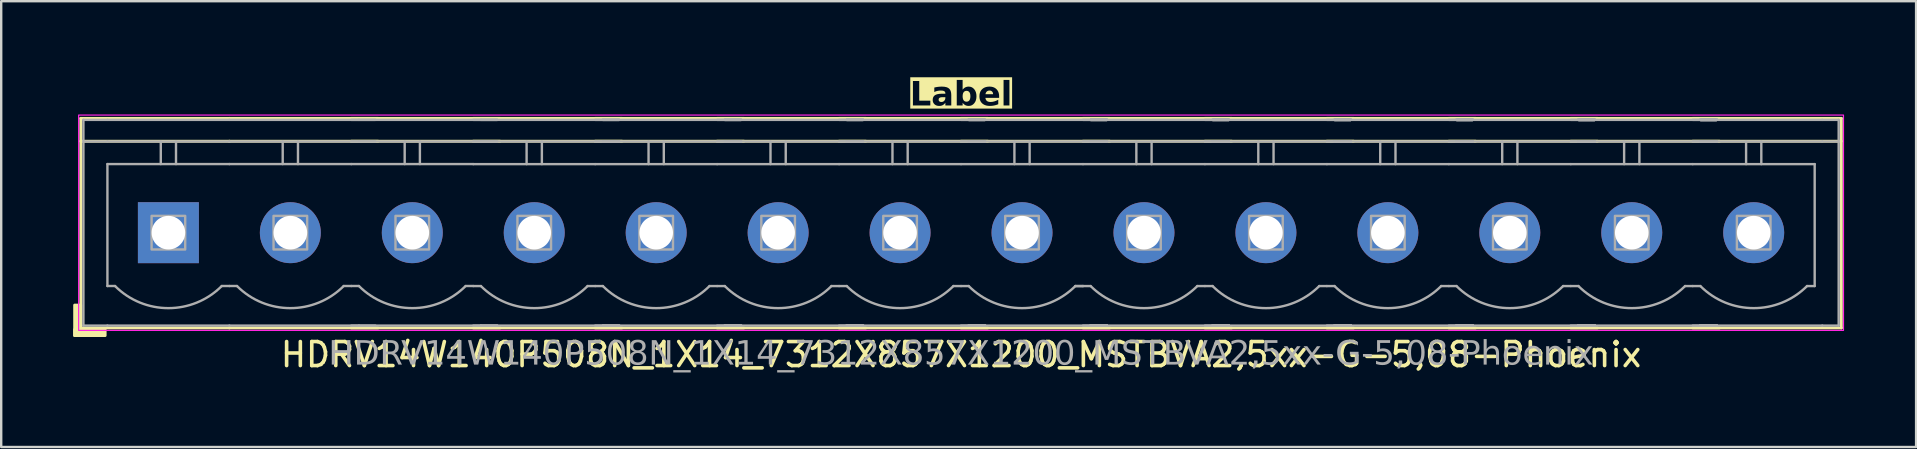
<source format=kicad_pcb>
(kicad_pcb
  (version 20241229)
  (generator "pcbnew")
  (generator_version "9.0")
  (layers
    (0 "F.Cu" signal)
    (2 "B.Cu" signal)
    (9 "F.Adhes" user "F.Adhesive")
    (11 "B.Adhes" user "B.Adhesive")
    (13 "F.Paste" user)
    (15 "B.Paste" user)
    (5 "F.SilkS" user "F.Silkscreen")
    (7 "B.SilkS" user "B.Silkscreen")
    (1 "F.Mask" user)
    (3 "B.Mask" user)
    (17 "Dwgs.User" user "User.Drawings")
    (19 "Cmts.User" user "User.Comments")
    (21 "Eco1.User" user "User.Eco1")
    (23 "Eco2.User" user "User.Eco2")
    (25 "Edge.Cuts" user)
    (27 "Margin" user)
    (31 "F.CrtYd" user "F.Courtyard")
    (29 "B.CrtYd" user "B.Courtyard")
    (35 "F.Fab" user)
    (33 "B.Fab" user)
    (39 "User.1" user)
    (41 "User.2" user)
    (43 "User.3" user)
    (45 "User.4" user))
  (footprint "HDRV14W140P508N_1X14_7312X857X1200_MSTBVA2,5xx-G-5,08-Phoenix"
    (layer "F.Cu")
    (at 36.985 6.643)
    (property "Reference" "HDRV14W140P508N_1X14_7312X857X1200_MSTBVA2,5xx-G-5,08-Phoenix" (at 0 5.08 0) (layer "F.SilkS") (effects (font (size 1 1) (thickness 0.15))))
    (property "Label" "Label" (at 0 -5.715 0) (layer "F.SilkS" knockout) (effects (font (face "Tahoma") (size 1 1) (thickness 0.2) (bold yes))))
    (attr through_hole)
    (fp_line (start -36.671 -4.763) (end -36.671 3.969) (stroke (width 0.12) (type solid)) (layer "F.SilkS"))
    (fp_line (start -36.671 -4.763) (end -30.48 -4.763) (stroke (width 0.12) (type solid)) (layer "F.SilkS"))
    (fp_line (start -36.671 -3.81) (end -30.48 -3.81) (stroke (width 0.12) (type solid)) (layer "F.SilkS"))
    (fp_line (start -36.671 3.969) (end -30.48 3.969) (stroke (width 0.12) (type solid)) (layer "F.SilkS"))
    (fp_line (start -24.289 -4.763) (end -30.48 -4.763) (stroke (width 0.12) (type solid)) (layer "F.SilkS"))
    (fp_line (start -24.289 -3.81) (end -30.48 -3.81) (stroke (width 0.12) (type solid)) (layer "F.SilkS"))
    (fp_line (start -24.289 3.969) (end -30.48 3.969) (stroke (width 0.12) (type solid)) (layer "F.SilkS"))
    (fp_line (start -19.209 -4.763) (end -25.4 -4.763) (stroke (width 0.12) (type solid)) (layer "F.SilkS"))
    (fp_line (start -19.209 -3.81) (end -25.4 -3.81) (stroke (width 0.12) (type solid)) (layer "F.SilkS"))
    (fp_line (start -19.209 3.969) (end -25.4 3.969) (stroke (width 0.12) (type solid)) (layer "F.SilkS"))
    (fp_line (start -14.129 -4.763) (end -20.32 -4.763) (stroke (width 0.12) (type solid)) (layer "F.SilkS"))
    (fp_line (start -14.129 -3.81) (end -20.32 -3.81) (stroke (width 0.12) (type solid)) (layer "F.SilkS"))
    (fp_line (start -14.129 3.969) (end -20.32 3.969) (stroke (width 0.12) (type solid)) (layer "F.SilkS"))
    (fp_line (start -9.049 -4.763) (end -15.24 -4.763) (stroke (width 0.12) (type solid)) (layer "F.SilkS"))
    (fp_line (start -9.049 -3.81) (end -15.24 -3.81) (stroke (width 0.12) (type solid)) (layer "F.SilkS"))
    (fp_line (start -9.049 3.969) (end -15.24 3.969) (stroke (width 0.12) (type solid)) (layer "F.SilkS"))
    (fp_line (start -3.969 -4.763) (end -10.16 -4.763) (stroke (width 0.12) (type solid)) (layer "F.SilkS"))
    (fp_line (start -3.969 -3.81) (end -10.16 -3.81) (stroke (width 0.12) (type solid)) (layer "F.SilkS"))
    (fp_line (start -3.969 3.969) (end -10.16 3.969) (stroke (width 0.12) (type solid)) (layer "F.SilkS"))
    (fp_line (start 1.111 -4.763) (end -5.08 -4.763) (stroke (width 0.12) (type solid)) (layer "F.SilkS"))
    (fp_line (start 1.111 -3.81) (end -5.08 -3.81) (stroke (width 0.12) (type solid)) (layer "F.SilkS"))
    (fp_line (start 1.111 3.969) (end -5.08 3.969) (stroke (width 0.12) (type solid)) (layer "F.SilkS"))
    (fp_line (start 6.191 -4.763) (end 0 -4.763) (stroke (width 0.12) (type solid)) (layer "F.SilkS"))
    (fp_line (start 6.191 -3.81) (end 0 -3.81) (stroke (width 0.12) (type solid)) (layer "F.SilkS"))
    (fp_line (start 6.191 3.969) (end 0 3.969) (stroke (width 0.12) (type solid)) (layer "F.SilkS"))
    (fp_line (start 11.271 -4.763) (end 5.08 -4.763) (stroke (width 0.12) (type solid)) (layer "F.SilkS"))
    (fp_line (start 11.271 -3.81) (end 5.08 -3.81) (stroke (width 0.12) (type solid)) (layer "F.SilkS"))
    (fp_line (start 11.271 3.969) (end 5.08 3.969) (stroke (width 0.12) (type solid)) (layer "F.SilkS"))
    (fp_line (start 16.351 -4.763) (end 10.16 -4.763) (stroke (width 0.12) (type solid)) (layer "F.SilkS"))
    (fp_line (start 16.351 -3.81) (end 10.16 -3.81) (stroke (width 0.12) (type solid)) (layer "F.SilkS"))
    (fp_line (start 16.351 3.969) (end 10.16 3.969) (stroke (width 0.12) (type solid)) (layer "F.SilkS"))
    (fp_line (start 21.431 -4.763) (end 15.24 -4.763) (stroke (width 0.12) (type solid)) (layer "F.SilkS"))
    (fp_line (start 21.431 -3.81) (end 15.24 -3.81) (stroke (width 0.12) (type solid)) (layer "F.SilkS"))
    (fp_line (start 21.431 3.969) (end 15.24 3.969) (stroke (width 0.12) (type solid)) (layer "F.SilkS"))
    (fp_line (start 26.511 -4.763) (end 20.32 -4.763) (stroke (width 0.12) (type solid)) (layer "F.SilkS"))
    (fp_line (start 26.511 -3.81) (end 20.32 -3.81) (stroke (width 0.12) (type solid)) (layer "F.SilkS"))
    (fp_line (start 26.511 3.969) (end 20.32 3.969) (stroke (width 0.12) (type solid)) (layer "F.SilkS"))
    (fp_line (start 31.591 -4.763) (end 25.4 -4.763) (stroke (width 0.12) (type solid)) (layer "F.SilkS"))
    (fp_line (start 31.591 -3.81) (end 25.4 -3.81) (stroke (width 0.12) (type solid)) (layer "F.SilkS"))
    (fp_line (start 31.591 3.969) (end 25.4 3.969) (stroke (width 0.12) (type solid)) (layer "F.SilkS"))
    (fp_line (start 36.671 -4.763) (end 30.48 -4.763) (stroke (width 0.12) (type solid)) (layer "F.SilkS"))
    (fp_line (start 36.671 -4.763) (end 36.671 3.969) (stroke (width 0.12) (type solid)) (layer "F.SilkS"))
    (fp_line (start 36.671 -3.81) (end 30.48 -3.81) (stroke (width 0.12) (type solid)) (layer "F.SilkS"))
    (fp_line (start 36.671 3.969) (end 30.48 3.969) (stroke (width 0.12) (type solid)) (layer "F.SilkS"))
    (fp_rect (start -36.671 3.016) (end -36.925 4.286) (stroke (width 0.12) (type solid)) (fill yes) (layer "F.SilkS"))
    (fp_rect (start -35.655 4.286) (end -36.925 4.032) (stroke (width 0.12) (type solid)) (fill yes) (layer "F.SilkS"))
    (fp_rect (start -36.76 -4.9) (end 36.76 4.07) (stroke (width 0.05) (type default)) (fill no) (layer "F.CrtYd"))
    (fp_line (start -36.56 -4.7) (end -36.56 3.87) (stroke (width 0.1) (type solid)) (layer "F.Fab"))
    (fp_line (start -36.56 -3.8) (end -35.56 -3.8) (stroke (width 0.1) (type solid)) (layer "F.Fab"))
    (fp_line (start -35.56 -4.7) (end -36.56 -4.7) (stroke (width 0.1) (type solid)) (layer "F.Fab"))
    (fp_line (start -35.56 -4.7) (end -30.48 -4.7) (stroke (width 0.1) (type solid)) (layer "F.Fab"))
    (fp_line (start -35.56 -2.858) (end -30.48 -2.858) (stroke (width 0.1) (type default)) (layer "F.Fab"))
    (fp_line (start -35.56 2.222) (end -35.56 -2.858) (stroke (width 0.1) (type default)) (layer "F.Fab"))
    (fp_line (start -35.56 3.87) (end -36.56 3.87) (stroke (width 0.1) (type solid)) (layer "F.Fab"))
    (fp_line (start -35.56 3.87) (end -30.48 3.87) (stroke (width 0.1) (type solid)) (layer "F.Fab"))
    (fp_line (start -35.242 2.222) (end -35.56 2.222) (stroke (width 0.1) (type default)) (layer "F.Fab"))
    (fp_line (start -33.337 -3.8) (end -33.337 -2.858) (stroke (width 0.1) (type default)) (layer "F.Fab"))
    (fp_line (start -32.703 -3.8) (end -32.703 -2.858) (stroke (width 0.1) (type default)) (layer "F.Fab"))
    (fp_line (start -30.48 -4.7) (end -25.082 -4.7) (stroke (width 0.1) (type solid)) (layer "F.Fab"))
    (fp_line (start -30.48 -3.8) (end -35.56 -3.8) (stroke (width 0.1) (type solid)) (layer "F.Fab"))
    (fp_line (start -30.48 -2.858) (end -25.4 -2.858) (stroke (width 0.1) (type default)) (layer "F.Fab"))
    (fp_line (start -30.48 2.222) (end -30.797 2.222) (stroke (width 0.1) (type default)) (layer "F.Fab"))
    (fp_line (start -30.48 3.87) (end -25.082 3.87) (stroke (width 0.1) (type solid)) (layer "F.Fab"))
    (fp_line (start -30.163 2.222) (end -30.48 2.222) (stroke (width 0.1) (type default)) (layer "F.Fab"))
    (fp_line (start -28.258 -3.8) (end -28.258 -2.858) (stroke (width 0.1) (type default)) (layer "F.Fab"))
    (fp_line (start -27.622 -3.8) (end -27.622 -2.858) (stroke (width 0.1) (type default)) (layer "F.Fab"))
    (fp_line (start -25.4 -4.7) (end -20.003 -4.7) (stroke (width 0.1) (type solid)) (layer "F.Fab"))
    (fp_line (start -25.4 -2.858) (end -20.32 -2.858) (stroke (width 0.1) (type default)) (layer "F.Fab"))
    (fp_line (start -25.4 2.222) (end -25.718 2.222) (stroke (width 0.1) (type default)) (layer "F.Fab"))
    (fp_line (start -25.4 3.87) (end -20.003 3.87) (stroke (width 0.1) (type solid)) (layer "F.Fab"))
    (fp_line (start -25.082 -4.7) (end -24.4 -4.7) (stroke (width 0.1) (type solid)) (layer "F.Fab"))
    (fp_line (start -25.082 -3.8) (end -30.48 -3.8) (stroke (width 0.1) (type solid)) (layer "F.Fab"))
    (fp_line (start -25.082 2.222) (end -25.4 2.222) (stroke (width 0.1) (type default)) (layer "F.Fab"))
    (fp_line (start -25.082 3.87) (end -24.4 3.87) (stroke (width 0.1) (type solid)) (layer "F.Fab"))
    (fp_line (start -24.4 -3.8) (end -25.082 -3.8) (stroke (width 0.1) (type solid)) (layer "F.Fab"))
    (fp_line (start -23.177 -3.8) (end -23.177 -2.858) (stroke (width 0.1) (type default)) (layer "F.Fab"))
    (fp_line (start -22.543 -3.8) (end -22.543 -2.858) (stroke (width 0.1) (type default)) (layer "F.Fab"))
    (fp_line (start -20.32 -4.7) (end -14.922 -4.7) (stroke (width 0.1) (type solid)) (layer "F.Fab"))
    (fp_line (start -20.32 -2.857) (end -15.24 -2.857) (stroke (width 0.1) (type default)) (layer "F.Fab"))
    (fp_line (start -20.32 2.222) (end -20.637 2.222) (stroke (width 0.1) (type default)) (layer "F.Fab"))
    (fp_line (start -20.32 3.87) (end -14.922 3.87) (stroke (width 0.1) (type solid)) (layer "F.Fab"))
    (fp_line (start -20.003 -4.7) (end -19.32 -4.7) (stroke (width 0.1) (type solid)) (layer "F.Fab"))
    (fp_line (start -20.003 -4.7) (end -19.32 -4.7) (stroke (width 0.1) (type solid)) (layer "F.Fab"))
    (fp_line (start -20.003 -3.8) (end -25.4 -3.8) (stroke (width 0.1) (type solid)) (layer "F.Fab"))
    (fp_line (start -20.003 2.223) (end -20.32 2.223) (stroke (width 0.1) (type default)) (layer "F.Fab"))
    (fp_line (start -20.003 3.87) (end -19.32 3.87) (stroke (width 0.1) (type solid)) (layer "F.Fab"))
    (fp_line (start -20.003 3.87) (end -19.32 3.87) (stroke (width 0.1) (type solid)) (layer "F.Fab"))
    (fp_line (start -19.32 -3.8) (end -20.003 -3.8) (stroke (width 0.1) (type solid)) (layer "F.Fab"))
    (fp_line (start -19.32 -3.8) (end -20.003 -3.8) (stroke (width 0.1) (type solid)) (layer "F.Fab"))
    (fp_line (start -18.098 -3.8) (end -18.098 -2.857) (stroke (width 0.1) (type default)) (layer "F.Fab"))
    (fp_line (start -17.462 -3.8) (end -17.462 -2.857) (stroke (width 0.1) (type default)) (layer "F.Fab"))
    (fp_line (start -15.24 -4.7) (end -9.842 -4.7) (stroke (width 0.1) (type solid)) (layer "F.Fab"))
    (fp_line (start -15.24 -2.857) (end -10.16 -2.857) (stroke (width 0.1) (type default)) (layer "F.Fab"))
    (fp_line (start -15.24 2.223) (end -15.557 2.223) (stroke (width 0.1) (type default)) (layer "F.Fab"))
    (fp_line (start -15.24 3.87) (end -9.842 3.87) (stroke (width 0.1) (type solid)) (layer "F.Fab"))
    (fp_line (start -14.922 -4.7) (end -14.24 -4.7) (stroke (width 0.1) (type solid)) (layer "F.Fab"))
    (fp_line (start -14.922 -4.7) (end -14.24 -4.7) (stroke (width 0.1) (type solid)) (layer "F.Fab"))
    (fp_line (start -14.922 -4.7) (end -14.24 -4.7) (stroke (width 0.1) (type solid)) (layer "F.Fab"))
    (fp_line (start -14.922 -3.8) (end -20.32 -3.8) (stroke (width 0.1) (type solid)) (layer "F.Fab"))
    (fp_line (start -14.922 2.223) (end -15.24 2.223) (stroke (width 0.1) (type default)) (layer "F.Fab"))
    (fp_line (start -14.922 3.87) (end -14.24 3.87) (stroke (width 0.1) (type solid)) (layer "F.Fab"))
    (fp_line (start -14.922 3.87) (end -14.24 3.87) (stroke (width 0.1) (type solid)) (layer "F.Fab"))
    (fp_line (start -14.922 3.87) (end -14.24 3.87) (stroke (width 0.1) (type solid)) (layer "F.Fab"))
    (fp_line (start -14.24 -3.8) (end -14.922 -3.8) (stroke (width 0.1) (type solid)) (layer "F.Fab"))
    (fp_line (start -14.24 -3.8) (end -14.922 -3.8) (stroke (width 0.1) (type solid)) (layer "F.Fab"))
    (fp_line (start -14.24 -3.8) (end -14.922 -3.8) (stroke (width 0.1) (type solid)) (layer "F.Fab"))
    (fp_line (start -13.018 -3.8) (end -13.018 -2.857) (stroke (width 0.1) (type default)) (layer "F.Fab"))
    (fp_line (start -12.383 -3.8) (end -12.383 -2.857) (stroke (width 0.1) (type default)) (layer "F.Fab"))
    (fp_line (start -10.16 -4.7) (end -4.763 -4.7) (stroke (width 0.1) (type solid)) (layer "F.Fab"))
    (fp_line (start -10.16 -2.857) (end -5.08 -2.857) (stroke (width 0.1) (type default)) (layer "F.Fab"))
    (fp_line (start -10.16 2.223) (end -10.477 2.223) (stroke (width 0.1) (type default)) (layer "F.Fab"))
    (fp_line (start -10.16 3.87) (end -4.763 3.87) (stroke (width 0.1) (type solid)) (layer "F.Fab"))
    (fp_line (start -9.842 -4.7) (end -9.16 -4.7) (stroke (width 0.1) (type solid)) (layer "F.Fab"))
    (fp_line (start -9.842 -4.7) (end -9.16 -4.7) (stroke (width 0.1) (type solid)) (layer "F.Fab"))
    (fp_line (start -9.842 -4.7) (end -9.16 -4.7) (stroke (width 0.1) (type solid)) (layer "F.Fab"))
    (fp_line (start -9.842 -4.7) (end -9.16 -4.7) (stroke (width 0.1) (type solid)) (layer "F.Fab"))
    (fp_line (start -9.842 -3.8) (end -15.24 -3.8) (stroke (width 0.1) (type solid)) (layer "F.Fab"))
    (fp_line (start -9.842 2.223) (end -10.16 2.223) (stroke (width 0.1) (type default)) (layer "F.Fab"))
    (fp_line (start -9.842 3.87) (end -9.16 3.87) (stroke (width 0.1) (type solid)) (layer "F.Fab"))
    (fp_line (start -9.842 3.87) (end -9.16 3.87) (stroke (width 0.1) (type solid)) (layer "F.Fab"))
    (fp_line (start -9.842 3.87) (end -9.16 3.87) (stroke (width 0.1) (type solid)) (layer "F.Fab"))
    (fp_line (start -9.842 3.87) (end -9.16 3.87) (stroke (width 0.1) (type solid)) (layer "F.Fab"))
    (fp_line (start -9.16 -3.8) (end -9.842 -3.8) (stroke (width 0.1) (type solid)) (layer "F.Fab"))
    (fp_line (start -9.16 -3.8) (end -9.842 -3.8) (stroke (width 0.1) (type solid)) (layer "F.Fab"))
    (fp_line (start -9.16 -3.8) (end -9.842 -3.8) (stroke (width 0.1) (type solid)) (layer "F.Fab"))
    (fp_line (start -9.16 -3.8) (end -9.842 -3.8) (stroke (width 0.1) (type solid)) (layer "F.Fab"))
    (fp_line (start -7.938 -3.8) (end -7.938 -2.857) (stroke (width 0.1) (type default)) (layer "F.Fab"))
    (fp_line (start -7.303 -3.8) (end -7.303 -2.857) (stroke (width 0.1) (type default)) (layer "F.Fab"))
    (fp_line (start -5.08 -4.7) (end 0.318 -4.7) (stroke (width 0.1) (type solid)) (layer "F.Fab"))
    (fp_line (start -5.08 -2.857) (end 0 -2.857) (stroke (width 0.1) (type default)) (layer "F.Fab"))
    (fp_line (start -5.08 2.223) (end -5.397 2.223) (stroke (width 0.1) (type default)) (layer "F.Fab"))
    (fp_line (start -5.08 3.87) (end 0.318 3.87) (stroke (width 0.1) (type solid)) (layer "F.Fab"))
    (fp_line (start -4.763 -4.7) (end -4.08 -4.7) (stroke (width 0.1) (type solid)) (layer "F.Fab"))
    (fp_line (start -4.763 -4.7) (end -4.08 -4.7) (stroke (width 0.1) (type solid)) (layer "F.Fab"))
    (fp_line (start -4.763 -4.7) (end -4.08 -4.7) (stroke (width 0.1) (type solid)) (layer "F.Fab"))
    (fp_line (start -4.763 -4.7) (end -4.08 -4.7) (stroke (width 0.1) (type solid)) (layer "F.Fab"))
    (fp_line (start -4.763 -4.7) (end -4.08 -4.7) (stroke (width 0.1) (type solid)) (layer "F.Fab"))
    (fp_line (start -4.763 -3.8) (end -10.16 -3.8) (stroke (width 0.1) (type solid)) (layer "F.Fab"))
    (fp_line (start -4.763 2.223) (end -5.08 2.223) (stroke (width 0.1) (type default)) (layer "F.Fab"))
    (fp_line (start -4.763 3.87) (end -4.08 3.87) (stroke (width 0.1) (type solid)) (layer "F.Fab"))
    (fp_line (start -4.763 3.87) (end -4.08 3.87) (stroke (width 0.1) (type solid)) (layer "F.Fab"))
    (fp_line (start -4.763 3.87) (end -4.08 3.87) (stroke (width 0.1) (type solid)) (layer "F.Fab"))
    (fp_line (start -4.763 3.87) (end -4.08 3.87) (stroke (width 0.1) (type solid)) (layer "F.Fab"))
    (fp_line (start -4.763 3.87) (end -4.08 3.87) (stroke (width 0.1) (type solid)) (layer "F.Fab"))
    (fp_line (start -4.08 -3.8) (end -4.763 -3.8) (stroke (width 0.1) (type solid)) (layer "F.Fab"))
    (fp_line (start -4.08 -3.8) (end -4.763 -3.8) (stroke (width 0.1) (type solid)) (layer "F.Fab"))
    (fp_line (start -4.08 -3.8) (end -4.763 -3.8) (stroke (width 0.1) (type solid)) (layer "F.Fab"))
    (fp_line (start -4.08 -3.8) (end -4.763 -3.8) (stroke (width 0.1) (type solid)) (layer "F.Fab"))
    (fp_line (start -4.08 -3.8) (end -4.763 -3.8) (stroke (width 0.1) (type solid)) (layer "F.Fab"))
    (fp_line (start -2.857 -3.8) (end -2.857 -2.857) (stroke (width 0.1) (type default)) (layer "F.Fab"))
    (fp_line (start -2.223 -3.8) (end -2.223 -2.857) (stroke (width 0.1) (type default)) (layer "F.Fab"))
    (fp_line (start 0 -4.7) (end 5.397 -4.7) (stroke (width 0.1) (type solid)) (layer "F.Fab"))
    (fp_line (start 0 -2.857) (end 5.08 -2.857) (stroke (width 0.1) (type default)) (layer "F.Fab"))
    (fp_line (start 0 2.223) (end -0.318 2.223) (stroke (width 0.1) (type default)) (layer "F.Fab"))
    (fp_line (start 0 3.87) (end 5.397 3.87) (stroke (width 0.1) (type solid)) (layer "F.Fab"))
    (fp_line (start 0.318 -4.7) (end 1 -4.7) (stroke (width 0.1) (type solid)) (layer "F.Fab"))
    (fp_line (start 0.318 -4.7) (end 1 -4.7) (stroke (width 0.1) (type solid)) (layer "F.Fab"))
    (fp_line (start 0.318 -4.7) (end 1 -4.7) (stroke (width 0.1) (type solid)) (layer "F.Fab"))
    (fp_line (start 0.318 -4.7) (end 1 -4.7) (stroke (width 0.1) (type solid)) (layer "F.Fab"))
    (fp_line (start 0.318 -4.7) (end 1 -4.7) (stroke (width 0.1) (type solid)) (layer "F.Fab"))
    (fp_line (start 0.318 -4.7) (end 1 -4.7) (stroke (width 0.1) (type solid)) (layer "F.Fab"))
    (fp_line (start 0.318 -3.8) (end -5.08 -3.8) (stroke (width 0.1) (type solid)) (layer "F.Fab"))
    (fp_line (start 0.318 2.223) (end 0 2.223) (stroke (width 0.1) (type default)) (layer "F.Fab"))
    (fp_line (start 0.318 3.87) (end 1 3.87) (stroke (width 0.1) (type solid)) (layer "F.Fab"))
    (fp_line (start 0.318 3.87) (end 1 3.87) (stroke (width 0.1) (type solid)) (layer "F.Fab"))
    (fp_line (start 0.318 3.87) (end 1 3.87) (stroke (width 0.1) (type solid)) (layer "F.Fab"))
    (fp_line (start 0.318 3.87) (end 1 3.87) (stroke (width 0.1) (type solid)) (layer "F.Fab"))
    (fp_line (start 0.318 3.87) (end 1 3.87) (stroke (width 0.1) (type solid)) (layer "F.Fab"))
    (fp_line (start 0.318 3.87) (end 1 3.87) (stroke (width 0.1) (type solid)) (layer "F.Fab"))
    (fp_line (start 1 -3.8) (end 0.318 -3.8) (stroke (width 0.1) (type solid)) (layer "F.Fab"))
    (fp_line (start 1 -3.8) (end 0.318 -3.8) (stroke (width 0.1) (type solid)) (layer "F.Fab"))
    (fp_line (start 1 -3.8) (end 0.318 -3.8) (stroke (width 0.1) (type solid)) (layer "F.Fab"))
    (fp_line (start 1 -3.8) (end 0.318 -3.8) (stroke (width 0.1) (type solid)) (layer "F.Fab"))
    (fp_line (start 1 -3.8) (end 0.318 -3.8) (stroke (width 0.1) (type solid)) (layer "F.Fab"))
    (fp_line (start 1 -3.8) (end 0.318 -3.8) (stroke (width 0.1) (type solid)) (layer "F.Fab"))
    (fp_line (start 2.223 -3.8) (end 2.223 -2.857) (stroke (width 0.1) (type default)) (layer "F.Fab"))
    (fp_line (start 2.857 -3.8) (end 2.857 -2.857) (stroke (width 0.1) (type default)) (layer "F.Fab"))
    (fp_line (start 5.08 -4.7) (end 10.477 -4.7) (stroke (width 0.1) (type solid)) (layer "F.Fab"))
    (fp_line (start 5.08 -2.857) (end 10.16 -2.857) (stroke (width 0.1) (type default)) (layer "F.Fab"))
    (fp_line (start 5.08 2.223) (end 4.763 2.223) (stroke (width 0.1) (type default)) (layer "F.Fab"))
    (fp_line (start 5.08 2.223) (end 4.763 2.223) (stroke (width 0.1) (type default)) (layer "F.Fab"))
    (fp_line (start 5.08 3.87) (end 10.477 3.87) (stroke (width 0.1) (type solid)) (layer "F.Fab"))
    (fp_line (start 5.397 -4.7) (end 6.08 -4.7) (stroke (width 0.1) (type solid)) (layer "F.Fab"))
    (fp_line (start 5.397 -4.7) (end 6.08 -4.7) (stroke (width 0.1) (type solid)) (layer "F.Fab"))
    (fp_line (start 5.397 -4.7) (end 6.08 -4.7) (stroke (width 0.1) (type solid)) (layer "F.Fab"))
    (fp_line (start 5.397 -4.7) (end 6.08 -4.7) (stroke (width 0.1) (type solid)) (layer "F.Fab"))
    (fp_line (start 5.397 -4.7) (end 6.08 -4.7) (stroke (width 0.1) (type solid)) (layer "F.Fab"))
    (fp_line (start 5.397 -4.7) (end 6.08 -4.7) (stroke (width 0.1) (type solid)) (layer "F.Fab"))
    (fp_line (start 5.397 -4.7) (end 6.08 -4.7) (stroke (width 0.1) (type solid)) (layer "F.Fab"))
    (fp_line (start 5.397 -3.8) (end 0 -3.8) (stroke (width 0.1) (type solid)) (layer "F.Fab"))
    (fp_line (start 5.397 2.223) (end 5.08 2.223) (stroke (width 0.1) (type default)) (layer "F.Fab"))
    (fp_line (start 5.397 3.87) (end 6.08 3.87) (stroke (width 0.1) (type solid)) (layer "F.Fab"))
    (fp_line (start 5.397 3.87) (end 6.08 3.87) (stroke (width 0.1) (type solid)) (layer "F.Fab"))
    (fp_line (start 5.397 3.87) (end 6.08 3.87) (stroke (width 0.1) (type solid)) (layer "F.Fab"))
    (fp_line (start 5.397 3.87) (end 6.08 3.87) (stroke (width 0.1) (type solid)) (layer "F.Fab"))
    (fp_line (start 5.397 3.87) (end 6.08 3.87) (stroke (width 0.1) (type solid)) (layer "F.Fab"))
    (fp_line (start 5.397 3.87) (end 6.08 3.87) (stroke (width 0.1) (type solid)) (layer "F.Fab"))
    (fp_line (start 5.397 3.87) (end 6.08 3.87) (stroke (width 0.1) (type solid)) (layer "F.Fab"))
    (fp_line (start 6.08 -3.8) (end 5.397 -3.8) (stroke (width 0.1) (type solid)) (layer "F.Fab"))
    (fp_line (start 6.08 -3.8) (end 5.397 -3.8) (stroke (width 0.1) (type solid)) (layer "F.Fab"))
    (fp_line (start 6.08 -3.8) (end 5.397 -3.8) (stroke (width 0.1) (type solid)) (layer "F.Fab"))
    (fp_line (start 6.08 -3.8) (end 5.397 -3.8) (stroke (width 0.1) (type solid)) (layer "F.Fab"))
    (fp_line (start 6.08 -3.8) (end 5.397 -3.8) (stroke (width 0.1) (type solid)) (layer "F.Fab"))
    (fp_line (start 6.08 -3.8) (end 5.397 -3.8) (stroke (width 0.1) (type solid)) (layer "F.Fab"))
    (fp_line (start 6.08 -3.8) (end 5.397 -3.8) (stroke (width 0.1) (type solid)) (layer "F.Fab"))
    (fp_line (start 7.303 -3.8) (end 7.303 -2.857) (stroke (width 0.1) (type default)) (layer "F.Fab"))
    (fp_line (start 7.938 -3.8) (end 7.938 -2.857) (stroke (width 0.1) (type default)) (layer "F.Fab"))
    (fp_line (start 10.16 -4.7) (end 15.557 -4.7) (stroke (width 0.1) (type solid)) (layer "F.Fab"))
    (fp_line (start 10.16 -2.857) (end 15.24 -2.857) (stroke (width 0.1) (type default)) (layer "F.Fab"))
    (fp_line (start 10.16 2.223) (end 9.842 2.223) (stroke (width 0.1) (type default)) (layer "F.Fab"))
    (fp_line (start 10.16 3.87) (end 15.557 3.87) (stroke (width 0.1) (type solid)) (layer "F.Fab"))
    (fp_line (start 10.477 -4.7) (end 11.16 -4.7) (stroke (width 0.1) (type solid)) (layer "F.Fab"))
    (fp_line (start 10.477 -4.7) (end 11.16 -4.7) (stroke (width 0.1) (type solid)) (layer "F.Fab"))
    (fp_line (start 10.477 -4.7) (end 11.16 -4.7) (stroke (width 0.1) (type solid)) (layer "F.Fab"))
    (fp_line (start 10.477 -4.7) (end 11.16 -4.7) (stroke (width 0.1) (type solid)) (layer "F.Fab"))
    (fp_line (start 10.477 -4.7) (end 11.16 -4.7) (stroke (width 0.1) (type solid)) (layer "F.Fab"))
    (fp_line (start 10.477 -4.7) (end 11.16 -4.7) (stroke (width 0.1) (type solid)) (layer "F.Fab"))
    (fp_line (start 10.477 -4.7) (end 11.16 -4.7) (stroke (width 0.1) (type solid)) (layer "F.Fab"))
    (fp_line (start 10.477 -4.7) (end 11.16 -4.7) (stroke (width 0.1) (type solid)) (layer "F.Fab"))
    (fp_line (start 10.477 -3.8) (end 5.08 -3.8) (stroke (width 0.1) (type solid)) (layer "F.Fab"))
    (fp_line (start 10.477 2.223) (end 10.16 2.223) (stroke (width 0.1) (type default)) (layer "F.Fab"))
    (fp_line (start 10.477 3.87) (end 11.16 3.87) (stroke (width 0.1) (type solid)) (layer "F.Fab"))
    (fp_line (start 10.477 3.87) (end 11.16 3.87) (stroke (width 0.1) (type solid)) (layer "F.Fab"))
    (fp_line (start 10.477 3.87) (end 11.16 3.87) (stroke (width 0.1) (type solid)) (layer "F.Fab"))
    (fp_line (start 10.477 3.87) (end 11.16 3.87) (stroke (width 0.1) (type solid)) (layer "F.Fab"))
    (fp_line (start 10.477 3.87) (end 11.16 3.87) (stroke (width 0.1) (type solid)) (layer "F.Fab"))
    (fp_line (start 10.477 3.87) (end 11.16 3.87) (stroke (width 0.1) (type solid)) (layer "F.Fab"))
    (fp_line (start 10.477 3.87) (end 11.16 3.87) (stroke (width 0.1) (type solid)) (layer "F.Fab"))
    (fp_line (start 10.477 3.87) (end 11.16 3.87) (stroke (width 0.1) (type solid)) (layer "F.Fab"))
    (fp_line (start 11.16 -3.8) (end 10.477 -3.8) (stroke (width 0.1) (type solid)) (layer "F.Fab"))
    (fp_line (start 11.16 -3.8) (end 10.477 -3.8) (stroke (width 0.1) (type solid)) (layer "F.Fab"))
    (fp_line (start 11.16 -3.8) (end 10.477 -3.8) (stroke (width 0.1) (type solid)) (layer "F.Fab"))
    (fp_line (start 11.16 -3.8) (end 10.477 -3.8) (stroke (width 0.1) (type solid)) (layer "F.Fab"))
    (fp_line (start 11.16 -3.8) (end 10.477 -3.8) (stroke (width 0.1) (type solid)) (layer "F.Fab"))
    (fp_line (start 11.16 -3.8) (end 10.477 -3.8) (stroke (width 0.1) (type solid)) (layer "F.Fab"))
    (fp_line (start 11.16 -3.8) (end 10.477 -3.8) (stroke (width 0.1) (type solid)) (layer "F.Fab"))
    (fp_line (start 11.16 -3.8) (end 10.477 -3.8) (stroke (width 0.1) (type solid)) (layer "F.Fab"))
    (fp_line (start 12.383 -3.8) (end 12.383 -2.857) (stroke (width 0.1) (type default)) (layer "F.Fab"))
    (fp_line (start 13.018 -3.8) (end 13.018 -2.857) (stroke (width 0.1) (type default)) (layer "F.Fab"))
    (fp_line (start 15.24 -4.7) (end 20.637 -4.7) (stroke (width 0.1) (type solid)) (layer "F.Fab"))
    (fp_line (start 15.24 -2.857) (end 20.32 -2.857) (stroke (width 0.1) (type default)) (layer "F.Fab"))
    (fp_line (start 15.24 2.223) (end 14.922 2.223) (stroke (width 0.1) (type default)) (layer "F.Fab"))
    (fp_line (start 15.24 3.87) (end 20.637 3.87) (stroke (width 0.1) (type solid)) (layer "F.Fab"))
    (fp_line (start 15.557 -4.7) (end 16.24 -4.7) (stroke (width 0.1) (type solid)) (layer "F.Fab"))
    (fp_line (start 15.557 -4.7) (end 16.24 -4.7) (stroke (width 0.1) (type solid)) (layer "F.Fab"))
    (fp_line (start 15.557 -4.7) (end 16.24 -4.7) (stroke (width 0.1) (type solid)) (layer "F.Fab"))
    (fp_line (start 15.557 -4.7) (end 16.24 -4.7) (stroke (width 0.1) (type solid)) (layer "F.Fab"))
    (fp_line (start 15.557 -4.7) (end 16.24 -4.7) (stroke (width 0.1) (type solid)) (layer "F.Fab"))
    (fp_line (start 15.557 -4.7) (end 16.24 -4.7) (stroke (width 0.1) (type solid)) (layer "F.Fab"))
    (fp_line (start 15.557 -4.7) (end 16.24 -4.7) (stroke (width 0.1) (type solid)) (layer "F.Fab"))
    (fp_line (start 15.557 -4.7) (end 16.24 -4.7) (stroke (width 0.1) (type solid)) (layer "F.Fab"))
    (fp_line (start 15.557 -4.7) (end 16.24 -4.7) (stroke (width 0.1) (type solid)) (layer "F.Fab"))
    (fp_line (start 15.557 -3.8) (end 10.16 -3.8) (stroke (width 0.1) (type solid)) (layer "F.Fab"))
    (fp_line (start 15.557 2.223) (end 15.24 2.223) (stroke (width 0.1) (type default)) (layer "F.Fab"))
    (fp_line (start 15.557 3.87) (end 16.24 3.87) (stroke (width 0.1) (type solid)) (layer "F.Fab"))
    (fp_line (start 15.557 3.87) (end 16.24 3.87) (stroke (width 0.1) (type solid)) (layer "F.Fab"))
    (fp_line (start 15.557 3.87) (end 16.24 3.87) (stroke (width 0.1) (type solid)) (layer "F.Fab"))
    (fp_line (start 15.557 3.87) (end 16.24 3.87) (stroke (width 0.1) (type solid)) (layer "F.Fab"))
    (fp_line (start 15.557 3.87) (end 16.24 3.87) (stroke (width 0.1) (type solid)) (layer "F.Fab"))
    (fp_line (start 15.557 3.87) (end 16.24 3.87) (stroke (width 0.1) (type solid)) (layer "F.Fab"))
    (fp_line (start 15.557 3.87) (end 16.24 3.87) (stroke (width 0.1) (type solid)) (layer "F.Fab"))
    (fp_line (start 15.557 3.87) (end 16.24 3.87) (stroke (width 0.1) (type solid)) (layer "F.Fab"))
    (fp_line (start 15.557 3.87) (end 16.24 3.87) (stroke (width 0.1) (type solid)) (layer "F.Fab"))
    (fp_line (start 16.24 -3.8) (end 15.557 -3.8) (stroke (width 0.1) (type solid)) (layer "F.Fab"))
    (fp_line (start 16.24 -3.8) (end 15.557 -3.8) (stroke (width 0.1) (type solid)) (layer "F.Fab"))
    (fp_line (start 16.24 -3.8) (end 15.557 -3.8) (stroke (width 0.1) (type solid)) (layer "F.Fab"))
    (fp_line (start 16.24 -3.8) (end 15.557 -3.8) (stroke (width 0.1) (type solid)) (layer "F.Fab"))
    (fp_line (start 16.24 -3.8) (end 15.557 -3.8) (stroke (width 0.1) (type solid)) (layer "F.Fab"))
    (fp_line (start 16.24 -3.8) (end 15.557 -3.8) (stroke (width 0.1) (type solid)) (layer "F.Fab"))
    (fp_line (start 16.24 -3.8) (end 15.557 -3.8) (stroke (width 0.1) (type solid)) (layer "F.Fab"))
    (fp_line (start 16.24 -3.8) (end 15.557 -3.8) (stroke (width 0.1) (type solid)) (layer "F.Fab"))
    (fp_line (start 16.24 -3.8) (end 15.557 -3.8) (stroke (width 0.1) (type solid)) (layer "F.Fab"))
    (fp_line (start 17.462 -3.8) (end 17.462 -2.857) (stroke (width 0.1) (type default)) (layer "F.Fab"))
    (fp_line (start 18.098 -3.8) (end 18.098 -2.857) (stroke (width 0.1) (type default)) (layer "F.Fab"))
    (fp_line (start 20.32 -4.7) (end 25.718 -4.7) (stroke (width 0.1) (type solid)) (layer "F.Fab"))
    (fp_line (start 20.32 -2.857) (end 25.4 -2.857) (stroke (width 0.1) (type default)) (layer "F.Fab"))
    (fp_line (start 20.32 2.223) (end 20.003 2.223) (stroke (width 0.1) (type default)) (layer "F.Fab"))
    (fp_line (start 20.32 3.87) (end 25.718 3.87) (stroke (width 0.1) (type solid)) (layer "F.Fab"))
    (fp_line (start 20.637 -4.7) (end 21.32 -4.7) (stroke (width 0.1) (type solid)) (layer "F.Fab"))
    (fp_line (start 20.637 -4.7) (end 21.32 -4.7) (stroke (width 0.1) (type solid)) (layer "F.Fab"))
    (fp_line (start 20.637 -4.7) (end 21.32 -4.7) (stroke (width 0.1) (type solid)) (layer "F.Fab"))
    (fp_line (start 20.637 -4.7) (end 21.32 -4.7) (stroke (width 0.1) (type solid)) (layer "F.Fab"))
    (fp_line (start 20.637 -4.7) (end 21.32 -4.7) (stroke (width 0.1) (type solid)) (layer "F.Fab"))
    (fp_line (start 20.637 -4.7) (end 21.32 -4.7) (stroke (width 0.1) (type solid)) (layer "F.Fab"))
    (fp_line (start 20.637 -4.7) (end 21.32 -4.7) (stroke (width 0.1) (type solid)) (layer "F.Fab"))
    (fp_line (start 20.637 -4.7) (end 21.32 -4.7) (stroke (width 0.1) (type solid)) (layer "F.Fab"))
    (fp_line (start 20.637 -4.7) (end 21.32 -4.7) (stroke (width 0.1) (type solid)) (layer "F.Fab"))
    (fp_line (start 20.637 -4.7) (end 21.32 -4.7) (stroke (width 0.1) (type solid)) (layer "F.Fab"))
    (fp_line (start 20.637 -3.8) (end 15.24 -3.8) (stroke (width 0.1) (type solid)) (layer "F.Fab"))
    (fp_line (start 20.637 2.223) (end 20.32 2.223) (stroke (width 0.1) (type default)) (layer "F.Fab"))
    (fp_line (start 20.637 3.87) (end 21.32 3.87) (stroke (width 0.1) (type solid)) (layer "F.Fab"))
    (fp_line (start 20.637 3.87) (end 21.32 3.87) (stroke (width 0.1) (type solid)) (layer "F.Fab"))
    (fp_line (start 20.637 3.87) (end 21.32 3.87) (stroke (width 0.1) (type solid)) (layer "F.Fab"))
    (fp_line (start 20.637 3.87) (end 21.32 3.87) (stroke (width 0.1) (type solid)) (layer "F.Fab"))
    (fp_line (start 20.637 3.87) (end 21.32 3.87) (stroke (width 0.1) (type solid)) (layer "F.Fab"))
    (fp_line (start 20.637 3.87) (end 21.32 3.87) (stroke (width 0.1) (type solid)) (layer "F.Fab"))
    (fp_line (start 20.637 3.87) (end 21.32 3.87) (stroke (width 0.1) (type solid)) (layer "F.Fab"))
    (fp_line (start 20.637 3.87) (end 21.32 3.87) (stroke (width 0.1) (type solid)) (layer "F.Fab"))
    (fp_line (start 20.637 3.87) (end 21.32 3.87) (stroke (width 0.1) (type solid)) (layer "F.Fab"))
    (fp_line (start 20.637 3.87) (end 21.32 3.87) (stroke (width 0.1) (type solid)) (layer "F.Fab"))
    (fp_line (start 21.32 -3.8) (end 20.637 -3.8) (stroke (width 0.1) (type solid)) (layer "F.Fab"))
    (fp_line (start 21.32 -3.8) (end 20.637 -3.8) (stroke (width 0.1) (type solid)) (layer "F.Fab"))
    (fp_line (start 21.32 -3.8) (end 20.637 -3.8) (stroke (width 0.1) (type solid)) (layer "F.Fab"))
    (fp_line (start 21.32 -3.8) (end 20.637 -3.8) (stroke (width 0.1) (type solid)) (layer "F.Fab"))
    (fp_line (start 21.32 -3.8) (end 20.637 -3.8) (stroke (width 0.1) (type solid)) (layer "F.Fab"))
    (fp_line (start 21.32 -3.8) (end 20.637 -3.8) (stroke (width 0.1) (type solid)) (layer "F.Fab"))
    (fp_line (start 21.32 -3.8) (end 20.637 -3.8) (stroke (width 0.1) (type solid)) (layer "F.Fab"))
    (fp_line (start 21.32 -3.8) (end 20.637 -3.8) (stroke (width 0.1) (type solid)) (layer "F.Fab"))
    (fp_line (start 21.32 -3.8) (end 20.637 -3.8) (stroke (width 0.1) (type solid)) (layer "F.Fab"))
    (fp_line (start 21.32 -3.8) (end 20.637 -3.8) (stroke (width 0.1) (type solid)) (layer "F.Fab"))
    (fp_line (start 22.543 -3.8) (end 22.543 -2.857) (stroke (width 0.1) (type default)) (layer "F.Fab"))
    (fp_line (start 23.177 -3.8) (end 23.177 -2.857) (stroke (width 0.1) (type default)) (layer "F.Fab"))
    (fp_line (start 25.4 -4.7) (end 30.797 -4.7) (stroke (width 0.1) (type solid)) (layer "F.Fab"))
    (fp_line (start 25.4 -2.857) (end 30.48 -2.857) (stroke (width 0.1) (type default)) (layer "F.Fab"))
    (fp_line (start 25.4 2.223) (end 25.082 2.223) (stroke (width 0.1) (type default)) (layer "F.Fab"))
    (fp_line (start 25.4 3.87) (end 30.797 3.87) (stroke (width 0.1) (type solid)) (layer "F.Fab"))
    (fp_line (start 25.718 -4.7) (end 26.4 -4.7) (stroke (width 0.1) (type solid)) (layer "F.Fab"))
    (fp_line (start 25.718 -4.7) (end 26.4 -4.7) (stroke (width 0.1) (type solid)) (layer "F.Fab"))
    (fp_line (start 25.718 -4.7) (end 26.4 -4.7) (stroke (width 0.1) (type solid)) (layer "F.Fab"))
    (fp_line (start 25.718 -4.7) (end 26.4 -4.7) (stroke (width 0.1) (type solid)) (layer "F.Fab"))
    (fp_line (start 25.718 -4.7) (end 26.4 -4.7) (stroke (width 0.1) (type solid)) (layer "F.Fab"))
    (fp_line (start 25.718 -4.7) (end 26.4 -4.7) (stroke (width 0.1) (type solid)) (layer "F.Fab"))
    (fp_line (start 25.718 -4.7) (end 26.4 -4.7) (stroke (width 0.1) (type solid)) (layer "F.Fab"))
    (fp_line (start 25.718 -4.7) (end 26.4 -4.7) (stroke (width 0.1) (type solid)) (layer "F.Fab"))
    (fp_line (start 25.718 -4.7) (end 26.4 -4.7) (stroke (width 0.1) (type solid)) (layer "F.Fab"))
    (fp_line (start 25.718 -4.7) (end 26.4 -4.7) (stroke (width 0.1) (type solid)) (layer "F.Fab"))
    (fp_line (start 25.718 -4.7) (end 26.4 -4.7) (stroke (width 0.1) (type solid)) (layer "F.Fab"))
    (fp_line (start 25.718 -3.8) (end 20.32 -3.8) (stroke (width 0.1) (type solid)) (layer "F.Fab"))
    (fp_line (start 25.718 2.223) (end 25.4 2.223) (stroke (width 0.1) (type default)) (layer "F.Fab"))
    (fp_line (start 25.718 3.87) (end 26.4 3.87) (stroke (width 0.1) (type solid)) (layer "F.Fab"))
    (fp_line (start 25.718 3.87) (end 26.4 3.87) (stroke (width 0.1) (type solid)) (layer "F.Fab"))
    (fp_line (start 25.718 3.87) (end 26.4 3.87) (stroke (width 0.1) (type solid)) (layer "F.Fab"))
    (fp_line (start 25.718 3.87) (end 26.4 3.87) (stroke (width 0.1) (type solid)) (layer "F.Fab"))
    (fp_line (start 25.718 3.87) (end 26.4 3.87) (stroke (width 0.1) (type solid)) (layer "F.Fab"))
    (fp_line (start 25.718 3.87) (end 26.4 3.87) (stroke (width 0.1) (type solid)) (layer "F.Fab"))
    (fp_line (start 25.718 3.87) (end 26.4 3.87) (stroke (width 0.1) (type solid)) (layer "F.Fab"))
    (fp_line (start 25.718 3.87) (end 26.4 3.87) (stroke (width 0.1) (type solid)) (layer "F.Fab"))
    (fp_line (start 25.718 3.87) (end 26.4 3.87) (stroke (width 0.1) (type solid)) (layer "F.Fab"))
    (fp_line (start 25.718 3.87) (end 26.4 3.87) (stroke (width 0.1) (type solid)) (layer "F.Fab"))
    (fp_line (start 25.718 3.87) (end 26.4 3.87) (stroke (width 0.1) (type solid)) (layer "F.Fab"))
    (fp_line (start 26.4 -3.8) (end 25.718 -3.8) (stroke (width 0.1) (type solid)) (layer "F.Fab"))
    (fp_line (start 26.4 -3.8) (end 25.718 -3.8) (stroke (width 0.1) (type solid)) (layer "F.Fab"))
    (fp_line (start 26.4 -3.8) (end 25.718 -3.8) (stroke (width 0.1) (type solid)) (layer "F.Fab"))
    (fp_line (start 26.4 -3.8) (end 25.718 -3.8) (stroke (width 0.1) (type solid)) (layer "F.Fab"))
    (fp_line (start 26.4 -3.8) (end 25.718 -3.8) (stroke (width 0.1) (type solid)) (layer "F.Fab"))
    (fp_line (start 26.4 -3.8) (end 25.718 -3.8) (stroke (width 0.1) (type solid)) (layer "F.Fab"))
    (fp_line (start 26.4 -3.8) (end 25.718 -3.8) (stroke (width 0.1) (type solid)) (layer "F.Fab"))
    (fp_line (start 26.4 -3.8) (end 25.718 -3.8) (stroke (width 0.1) (type solid)) (layer "F.Fab"))
    (fp_line (start 26.4 -3.8) (end 25.718 -3.8) (stroke (width 0.1) (type solid)) (layer "F.Fab"))
    (fp_line (start 26.4 -3.8) (end 25.718 -3.8) (stroke (width 0.1) (type solid)) (layer "F.Fab"))
    (fp_line (start 26.4 -3.8) (end 25.718 -3.8) (stroke (width 0.1) (type solid)) (layer "F.Fab"))
    (fp_line (start 27.622 -3.8) (end 27.622 -2.857) (stroke (width 0.1) (type default)) (layer "F.Fab"))
    (fp_line (start 28.258 -3.8) (end 28.258 -2.857) (stroke (width 0.1) (type default)) (layer "F.Fab"))
    (fp_line (start 30.48 -4.7) (end 35.877 -4.7) (stroke (width 0.1) (type solid)) (layer "F.Fab"))
    (fp_line (start 30.48 -2.857) (end 35.56 -2.857) (stroke (width 0.1) (type default)) (layer "F.Fab"))
    (fp_line (start 30.48 2.223) (end 30.163 2.223) (stroke (width 0.1) (type default)) (layer "F.Fab"))
    (fp_line (start 30.48 3.87) (end 35.877 3.87) (stroke (width 0.1) (type solid)) (layer "F.Fab"))
    (fp_line (start 30.797 -4.7) (end 31.48 -4.7) (stroke (width 0.1) (type solid)) (layer "F.Fab"))
    (fp_line (start 30.797 -4.7) (end 31.48 -4.7) (stroke (width 0.1) (type solid)) (layer "F.Fab"))
    (fp_line (start 30.797 -4.7) (end 31.48 -4.7) (stroke (width 0.1) (type solid)) (layer "F.Fab"))
    (fp_line (start 30.797 -4.7) (end 31.48 -4.7) (stroke (width 0.1) (type solid)) (layer "F.Fab"))
    (fp_line (start 30.797 -4.7) (end 31.48 -4.7) (stroke (width 0.1) (type solid)) (layer "F.Fab"))
    (fp_line (start 30.797 -4.7) (end 31.48 -4.7) (stroke (width 0.1) (type solid)) (layer "F.Fab"))
    (fp_line (start 30.797 -4.7) (end 31.48 -4.7) (stroke (width 0.1) (type solid)) (layer "F.Fab"))
    (fp_line (start 30.797 -4.7) (end 31.48 -4.7) (stroke (width 0.1) (type solid)) (layer "F.Fab"))
    (fp_line (start 30.797 -4.7) (end 31.48 -4.7) (stroke (width 0.1) (type solid)) (layer "F.Fab"))
    (fp_line (start 30.797 -4.7) (end 31.48 -4.7) (stroke (width 0.1) (type solid)) (layer "F.Fab"))
    (fp_line (start 30.797 -4.7) (end 31.48 -4.7) (stroke (width 0.1) (type solid)) (layer "F.Fab"))
    (fp_line (start 30.797 -4.7) (end 31.48 -4.7) (stroke (width 0.1) (type solid)) (layer "F.Fab"))
    (fp_line (start 30.797 -3.8) (end 25.4 -3.8) (stroke (width 0.1) (type solid)) (layer "F.Fab"))
    (fp_line (start 30.797 2.223) (end 30.48 2.223) (stroke (width 0.1) (type default)) (layer "F.Fab"))
    (fp_line (start 30.797 3.87) (end 31.48 3.87) (stroke (width 0.1) (type solid)) (layer "F.Fab"))
    (fp_line (start 30.797 3.87) (end 31.48 3.87) (stroke (width 0.1) (type solid)) (layer "F.Fab"))
    (fp_line (start 30.797 3.87) (end 31.48 3.87) (stroke (width 0.1) (type solid)) (layer "F.Fab"))
    (fp_line (start 30.797 3.87) (end 31.48 3.87) (stroke (width 0.1) (type solid)) (layer "F.Fab"))
    (fp_line (start 30.797 3.87) (end 31.48 3.87) (stroke (width 0.1) (type solid)) (layer "F.Fab"))
    (fp_line (start 30.797 3.87) (end 31.48 3.87) (stroke (width 0.1) (type solid)) (layer "F.Fab"))
    (fp_line (start 30.797 3.87) (end 31.48 3.87) (stroke (width 0.1) (type solid)) (layer "F.Fab"))
    (fp_line (start 30.797 3.87) (end 31.48 3.87) (stroke (width 0.1) (type solid)) (layer "F.Fab"))
    (fp_line (start 30.797 3.87) (end 31.48 3.87) (stroke (width 0.1) (type solid)) (layer "F.Fab"))
    (fp_line (start 30.797 3.87) (end 31.48 3.87) (stroke (width 0.1) (type solid)) (layer "F.Fab"))
    (fp_line (start 30.797 3.87) (end 31.48 3.87) (stroke (width 0.1) (type solid)) (layer "F.Fab"))
    (fp_line (start 30.797 3.87) (end 31.48 3.87) (stroke (width 0.1) (type solid)) (layer "F.Fab"))
    (fp_line (start 31.48 -3.8) (end 30.797 -3.8) (stroke (width 0.1) (type solid)) (layer "F.Fab"))
    (fp_line (start 31.48 -3.8) (end 30.797 -3.8) (stroke (width 0.1) (type solid)) (layer "F.Fab"))
    (fp_line (start 31.48 -3.8) (end 30.797 -3.8) (stroke (width 0.1) (type solid)) (layer "F.Fab"))
    (fp_line (start 31.48 -3.8) (end 30.797 -3.8) (stroke (width 0.1) (type solid)) (layer "F.Fab"))
    (fp_line (start 31.48 -3.8) (end 30.797 -3.8) (stroke (width 0.1) (type solid)) (layer "F.Fab"))
    (fp_line (start 31.48 -3.8) (end 30.797 -3.8) (stroke (width 0.1) (type solid)) (layer "F.Fab"))
    (fp_line (start 31.48 -3.8) (end 30.797 -3.8) (stroke (width 0.1) (type solid)) (layer "F.Fab"))
    (fp_line (start 31.48 -3.8) (end 30.797 -3.8) (stroke (width 0.1) (type solid)) (layer "F.Fab"))
    (fp_line (start 31.48 -3.8) (end 30.797 -3.8) (stroke (width 0.1) (type solid)) (layer "F.Fab"))
    (fp_line (start 31.48 -3.8) (end 30.797 -3.8) (stroke (width 0.1) (type solid)) (layer "F.Fab"))
    (fp_line (start 31.48 -3.8) (end 30.797 -3.8) (stroke (width 0.1) (type solid)) (layer "F.Fab"))
    (fp_line (start 31.48 -3.8) (end 30.797 -3.8) (stroke (width 0.1) (type solid)) (layer "F.Fab"))
    (fp_line (start 32.703 -3.8) (end 32.703 -2.857) (stroke (width 0.1) (type default)) (layer "F.Fab"))
    (fp_line (start 33.337 -3.8) (end 33.337 -2.857) (stroke (width 0.1) (type default)) (layer "F.Fab"))
    (fp_line (start 35.56 2.223) (end 35.242 2.223) (stroke (width 0.1) (type default)) (layer "F.Fab"))
    (fp_line (start 35.56 2.223) (end 35.56 -2.857) (stroke (width 0.1) (type default)) (layer "F.Fab"))
    (fp_line (start 35.877 -4.7) (end 36.56 -4.7) (stroke (width 0.1) (type solid)) (layer "F.Fab"))
    (fp_line (start 35.877 -3.8) (end 30.48 -3.8) (stroke (width 0.1) (type solid)) (layer "F.Fab"))
    (fp_line (start 35.877 3.87) (end 36.56 3.87) (stroke (width 0.1) (type solid)) (layer "F.Fab"))
    (fp_line (start 36.56 -4.7) (end 36.56 3.87) (stroke (width 0.1) (type solid)) (layer "F.Fab"))
    (fp_line (start 36.56 -3.8) (end 35.877 -3.8) (stroke (width 0.1) (type solid)) (layer "F.Fab"))
    (fp_rect (start -32.32 -0.7) (end -33.72 0.7) (stroke (width 0.1) (type solid)) (fill no) (layer "F.Fab"))
    (fp_rect (start -27.24 -0.7) (end -28.64 0.7) (stroke (width 0.1) (type solid)) (fill no) (layer "F.Fab"))
    (fp_rect (start -22.16 -0.7) (end -23.56 0.7) (stroke (width 0.1) (type solid)) (fill no) (layer "F.Fab"))
    (fp_rect (start -17.08 -0.7) (end -18.48 0.7) (stroke (width 0.1) (type solid)) (fill no) (layer "F.Fab"))
    (fp_rect (start -12 -0.7) (end -13.4 0.7) (stroke (width 0.1) (type solid)) (fill no) (layer "F.Fab"))
    (fp_rect (start -6.92 -0.7) (end -8.32 0.7) (stroke (width 0.1) (type solid)) (fill no) (layer "F.Fab"))
    (fp_rect (start -1.84 -0.7) (end -3.24 0.7) (stroke (width 0.1) (type solid)) (fill no) (layer "F.Fab"))
    (fp_rect (start 3.24 -0.7) (end 1.84 0.7) (stroke (width 0.1) (type solid)) (fill no) (layer "F.Fab"))
    (fp_rect (start 8.32 -0.7) (end 6.92 0.7) (stroke (width 0.1) (type solid)) (fill no) (layer "F.Fab"))
    (fp_rect (start 13.4 -0.7) (end 12 0.7) (stroke (width 0.1) (type solid)) (fill no) (layer "F.Fab"))
    (fp_rect (start 18.48 -0.7) (end 17.08 0.7) (stroke (width 0.1) (type solid)) (fill no) (layer "F.Fab"))
    (fp_rect (start 23.56 -0.7) (end 22.16 0.7) (stroke (width 0.1) (type solid)) (fill no) (layer "F.Fab"))
    (fp_rect (start 28.64 -0.7) (end 27.24 0.7) (stroke (width 0.1) (type solid)) (fill no) (layer "F.Fab"))
    (fp_rect (start 33.72 -0.7) (end 32.32 0.7) (stroke (width 0.1) (type solid)) (fill no) (layer "F.Fab"))
    (fp_arc (start -30.7975 2.222492) (mid -33.02 3.143084) (end -35.2425 2.222492) (stroke (width 0.1) (type default)) (layer "F.Fab"))
    (fp_arc (start -25.7175 2.222492) (mid -27.94 3.143084) (end -30.1625 2.222492) (stroke (width 0.1) (type default)) (layer "F.Fab"))
    (fp_arc (start -20.6375 2.222484) (mid -22.86 3.143076) (end -25.0825 2.222484) (stroke (width 0.1) (type default)) (layer "F.Fab"))
    (fp_arc (start -15.5575 2.2225) (mid -17.78 3.143092) (end -20.0025 2.2225) (stroke (width 0.1) (type default)) (layer "F.Fab"))
    (fp_arc (start -10.4775 2.2225) (mid -12.7 3.143092) (end -14.9225 2.2225) (stroke (width 0.1) (type default)) (layer "F.Fab"))
    (fp_arc (start -5.3975 2.2225) (mid -7.62 3.143092) (end -9.8425 2.2225) (stroke (width 0.1) (type default)) (layer "F.Fab"))
    (fp_arc (start -0.3175 2.2225) (mid -2.54 3.143092) (end -4.7625 2.2225) (stroke (width 0.1) (type default)) (layer "F.Fab"))
    (fp_arc (start 4.7625 2.2225) (mid 2.54 3.143092) (end 0.3175 2.2225) (stroke (width 0.1) (type default)) (layer "F.Fab"))
    (fp_arc (start 9.8425 2.2225) (mid 7.62 3.143092) (end 5.3975 2.2225) (stroke (width 0.1) (type default)) (layer "F.Fab"))
    (fp_arc (start 14.9225 2.2225) (mid 12.7 3.143092) (end 10.4775 2.2225) (stroke (width 0.1) (type default)) (layer "F.Fab"))
    (fp_arc (start 20.0025 2.2225) (mid 17.78 3.143092) (end 15.5575 2.2225) (stroke (width 0.1) (type default)) (layer "F.Fab"))
    (fp_arc (start 25.0825 2.2225) (mid 22.86 3.143092) (end 20.6375 2.2225) (stroke (width 0.1) (type default)) (layer "F.Fab"))
    (fp_arc (start 30.1625 2.2225) (mid 27.94 3.143092) (end 25.7175 2.2225) (stroke (width 0.1) (type default)) (layer "F.Fab"))
    (fp_arc (start 35.2425 2.2225) (mid 33.02 3.143092) (end 30.7975 2.2225) (stroke (width 0.1) (type default)) (layer "F.Fab"))
    (fp_text user "${REFERENCE}" (at 0 5.08 0) (layer "F.Fab") (effects (font (face "Tahoma") (size 1 1) (thickness 0.15))))
    (pad "1" thru_hole rect (at -33.02 -0.000008) (size 2.54 2.54) (drill 1.4) (layers "*.Cu" "*.Mask"))
    (pad "2" thru_hole circle (at -27.94 -0.000008) (size 2.54 2.54) (drill 1.4) (layers "*.Cu" "*.Mask"))
    (pad "3" thru_hole circle (at -22.86 -0.000016) (size 2.54 2.54) (drill 1.4) (layers "*.Cu" "*.Mask"))
    (pad "4" thru_hole circle (at -17.78 0) (size 2.54 2.54) (drill 1.4) (layers "*.Cu" "*.Mask"))
    (pad "5" thru_hole circle (at -12.7 0) (size 2.54 2.54) (drill 1.4) (layers "*.Cu" "*.Mask"))
    (pad "6" thru_hole circle (at -7.62 0) (size 2.54 2.54) (drill 1.4) (layers "*.Cu" "*.Mask"))
    (pad "7" thru_hole circle (at -2.54 0) (size 2.54 2.54) (drill 1.4) (layers "*.Cu" "*.Mask"))
    (pad "8" thru_hole circle (at 2.54 0) (size 2.54 2.54) (drill 1.4) (layers "*.Cu" "*.Mask"))
    (pad "9" thru_hole circle (at 7.62 0) (size 2.54 2.54) (drill 1.4) (layers "*.Cu" "*.Mask"))
    (pad "10" thru_hole circle (at 12.7 0) (size 2.54 2.54) (drill 1.4) (layers "*.Cu" "*.Mask"))
    (pad "11" thru_hole circle (at 17.78 0) (size 2.54 2.54) (drill 1.4) (layers "*.Cu" "*.Mask"))
    (pad "12" thru_hole circle (at 22.86 0) (size 2.54 2.54) (drill 1.4) (layers "*.Cu" "*.Mask"))
    (pad "13" thru_hole circle (at 27.94 0) (size 2.54 2.54) (drill 1.4) (layers "*.Cu" "*.Mask"))
    (pad "14" thru_hole circle (at 33.02 0) (size 2.54 2.54) (drill 1.4) (layers "*.Cu" "*.Mask")))
  (gr_rect
    (start -3 -3)
    (end 76.77 15.571)
    (stroke (width 0.1) (type default))
    (fill no)
    (layer "Edge.Cuts")))
</source>
